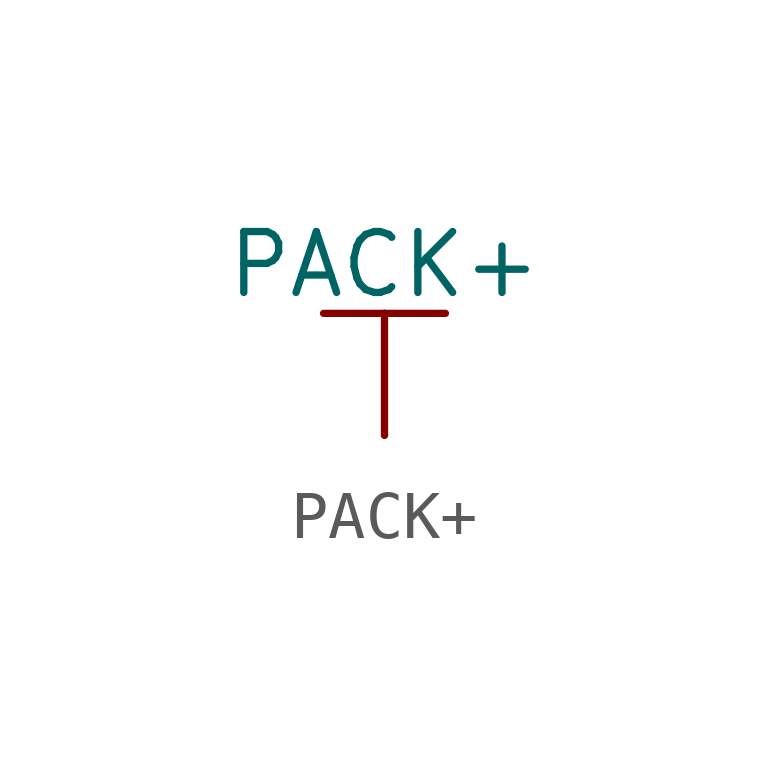
<source format=kicad_sym>
(kicad_symbol_lib
  (version 20241209)
  (generator "kicad_symbol_editor")
  (generator_version "9.0")
  (symbol "PACK+"
    (power)
    (pin_numbers
      (hide yes))
    (pin_names
      (offset 0)
      (hide yes))
    (property "Reference" "#PWR"
      (at 0 0 0)
      (effects (font (size 1.27 1.27)) (hide yes)))
    (property "Value" "PACK+"
      (at 0 3.556 0)
      (do_not_autoplace)
      (effects (font (size 1.27 1.27))))
    (symbol "PACK+_0_1"
      (polyline (pts (xy -1.27 2.54) (xy 0 2.54)) (stroke (width 0) (type default)) (fill (type none)))
      (polyline (pts (xy 0 2.54) (xy 1.27 2.54)) (stroke (width 0) (type default)) (fill (type none)))
      (polyline (pts (xy 0 0) (xy 0 2.54)) (stroke (width 0) (type default)) (fill (type none))))
    (symbol "PACK+_1_1"
      (pin power_in line (at 0 0 90) (length 0) (name "~" (effects (font (size 1.27 1.27)))) (number "1" (effects (font (size 1.27 1.27))))))))
</source>
